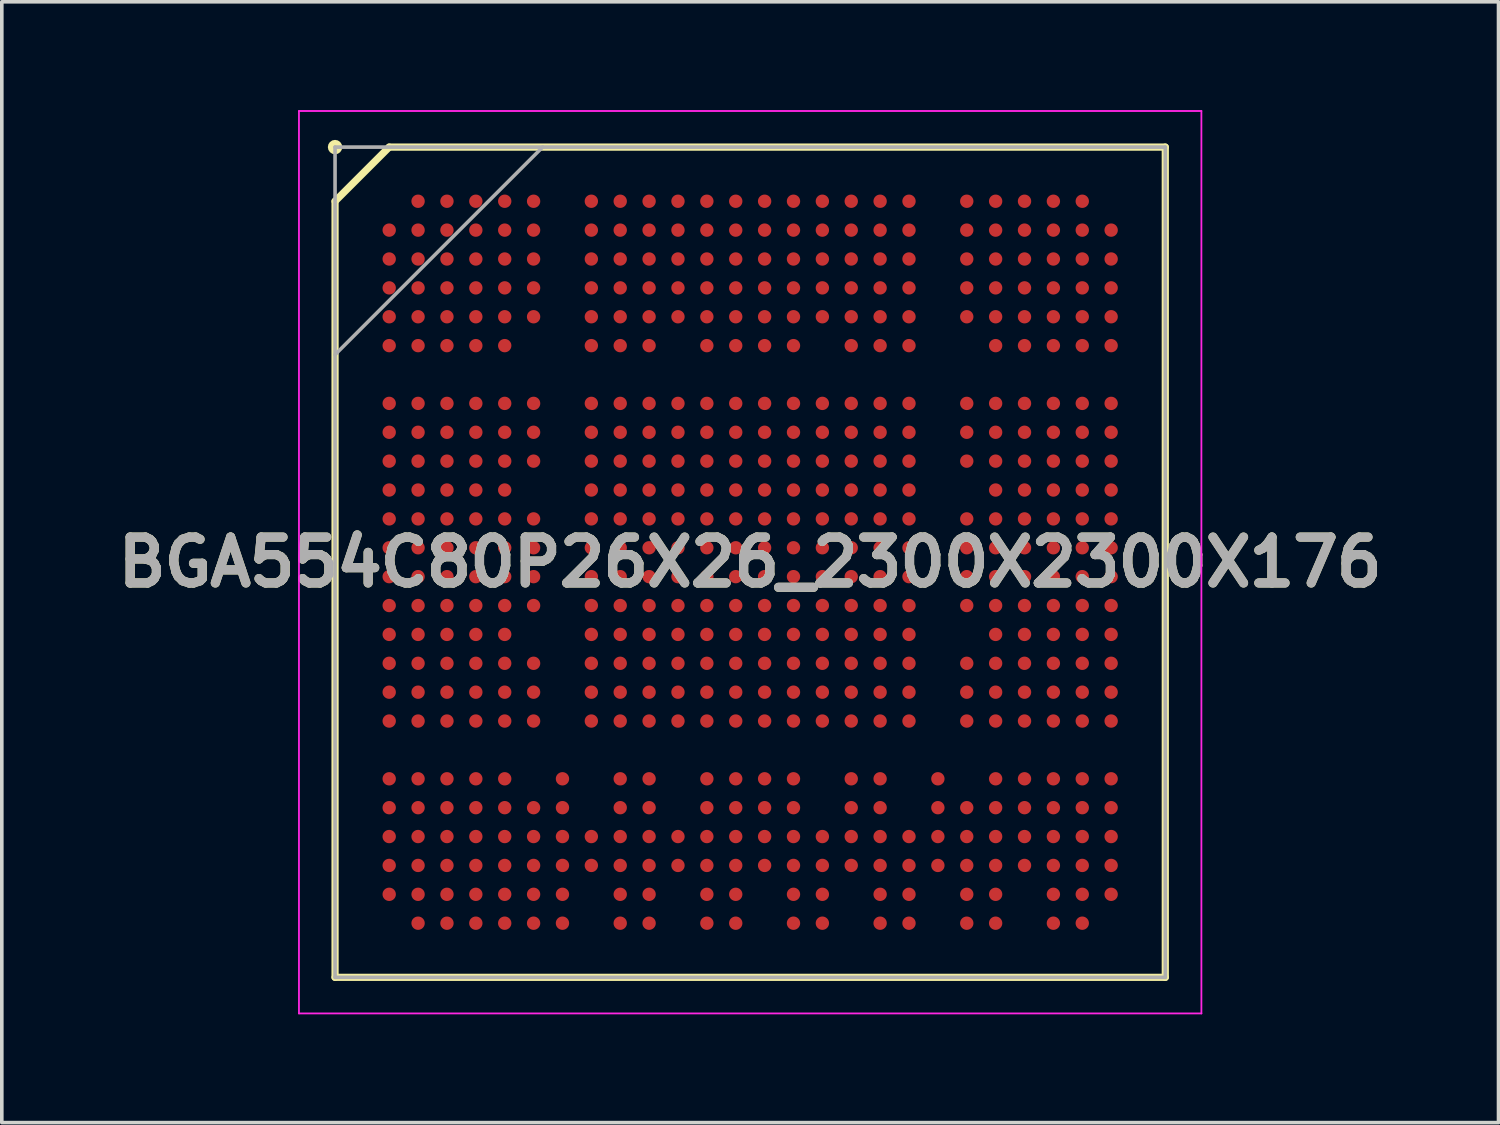
<source format=kicad_pcb>
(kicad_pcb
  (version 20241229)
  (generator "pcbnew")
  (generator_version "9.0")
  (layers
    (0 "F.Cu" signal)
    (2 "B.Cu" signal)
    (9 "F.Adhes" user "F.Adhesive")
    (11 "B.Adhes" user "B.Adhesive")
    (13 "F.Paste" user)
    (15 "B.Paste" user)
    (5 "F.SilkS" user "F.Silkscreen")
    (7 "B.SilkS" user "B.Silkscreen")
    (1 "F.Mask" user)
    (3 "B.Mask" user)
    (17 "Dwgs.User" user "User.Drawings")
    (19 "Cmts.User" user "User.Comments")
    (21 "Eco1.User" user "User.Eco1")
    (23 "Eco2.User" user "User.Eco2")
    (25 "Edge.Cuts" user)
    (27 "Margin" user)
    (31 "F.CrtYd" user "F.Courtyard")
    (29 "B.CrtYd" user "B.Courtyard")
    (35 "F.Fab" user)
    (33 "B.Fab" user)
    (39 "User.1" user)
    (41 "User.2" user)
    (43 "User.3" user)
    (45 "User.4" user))
  (footprint "BGA554C80P26X26_2300X2300X176"
    (layer "F.Cu")
    (at 17.732 12.525)
    (property "Reference" "BGA554C80P26X26_2300X2300X176" (at 0 0 0) (layer "F.SilkS") (effects (font (size 1.27 1.27) (thickness 0.254))))
    (attr smd)
    (fp_line (start -11.5 -10) (end -10 -11.5) (stroke (width 0.2) (type solid)) (layer "F.SilkS"))
    (fp_line (start -11.5 11.5) (end -11.5 -10) (stroke (width 0.2) (type solid)) (layer "F.SilkS"))
    (fp_line (start -10 -11.5) (end 11.5 -11.5) (stroke (width 0.2) (type solid)) (layer "F.SilkS"))
    (fp_line (start 11.5 -11.5) (end 11.5 11.5) (stroke (width 0.2) (type solid)) (layer "F.SilkS"))
    (fp_line (start 11.5 11.5) (end -11.5 11.5) (stroke (width 0.2) (type solid)) (layer "F.SilkS"))
    (fp_circle (center -11.5 -11.5) (end -11.5 -11.4) (stroke (width 0.2) (type solid)) (fill no) (layer "F.SilkS"))
    (fp_line (start -12.5 -12.5) (end 12.5 -12.5) (stroke (width 0.05) (type solid)) (layer "F.CrtYd"))
    (fp_line (start -12.5 12.5) (end -12.5 -12.5) (stroke (width 0.05) (type solid)) (layer "F.CrtYd"))
    (fp_line (start 12.5 -12.5) (end 12.5 12.5) (stroke (width 0.05) (type solid)) (layer "F.CrtYd"))
    (fp_line (start 12.5 12.5) (end -12.5 12.5) (stroke (width 0.05) (type solid)) (layer "F.CrtYd"))
    (fp_line (start -11.5 -11.5) (end 11.5 -11.5) (stroke (width 0.1) (type solid)) (layer "F.Fab"))
    (fp_line (start -11.5 -5.75) (end -5.75 -11.5) (stroke (width 0.1) (type solid)) (layer "F.Fab"))
    (fp_line (start -11.5 11.5) (end -11.5 -11.5) (stroke (width 0.1) (type solid)) (layer "F.Fab"))
    (fp_line (start 11.5 -11.5) (end 11.5 11.5) (stroke (width 0.1) (type solid)) (layer "F.Fab"))
    (fp_line (start 11.5 11.5) (end -11.5 11.5) (stroke (width 0.1) (type solid)) (layer "F.Fab"))
    (fp_text user "${REFERENCE}" (at 0 0 0) (layer "F.Fab") (effects (font (size 1.27 1.27) (thickness 0.254))))
    (pad "A2" smd circle (at -9.2 -10 90) (size 0.37 0.37) (layers "F.Cu" "F.Mask" "F.Paste"))
    (pad "A3" smd circle (at -8.4 -10 90) (size 0.37 0.37) (layers "F.Cu" "F.Mask" "F.Paste"))
    (pad "A4" smd circle (at -7.6 -10 90) (size 0.37 0.37) (layers "F.Cu" "F.Mask" "F.Paste"))
    (pad "A5" smd circle (at -6.8 -10 90) (size 0.37 0.37) (layers "F.Cu" "F.Mask" "F.Paste"))
    (pad "A6" smd circle (at -6 -10 90) (size 0.37 0.37) (layers "F.Cu" "F.Mask" "F.Paste"))
    (pad "A8" smd circle (at -4.4 -10 90) (size 0.37 0.37) (layers "F.Cu" "F.Mask" "F.Paste"))
    (pad "A9" smd circle (at -3.6 -10 90) (size 0.37 0.37) (layers "F.Cu" "F.Mask" "F.Paste"))
    (pad "A10" smd circle (at -2.8 -10 90) (size 0.37 0.37) (layers "F.Cu" "F.Mask" "F.Paste"))
    (pad "A11" smd circle (at -2 -10 90) (size 0.37 0.37) (layers "F.Cu" "F.Mask" "F.Paste"))
    (pad "A12" smd circle (at -1.2 -10 90) (size 0.37 0.37) (layers "F.Cu" "F.Mask" "F.Paste"))
    (pad "A13" smd circle (at -0.4 -10 90) (size 0.37 0.37) (layers "F.Cu" "F.Mask" "F.Paste"))
    (pad "A14" smd circle (at 0.4 -10 90) (size 0.37 0.37) (layers "F.Cu" "F.Mask" "F.Paste"))
    (pad "A15" smd circle (at 1.2 -10 90) (size 0.37 0.37) (layers "F.Cu" "F.Mask" "F.Paste"))
    (pad "A16" smd circle (at 2 -10 90) (size 0.37 0.37) (layers "F.Cu" "F.Mask" "F.Paste"))
    (pad "A17" smd circle (at 2.8 -10 90) (size 0.37 0.37) (layers "F.Cu" "F.Mask" "F.Paste"))
    (pad "A18" smd circle (at 3.6 -10 90) (size 0.37 0.37) (layers "F.Cu" "F.Mask" "F.Paste"))
    (pad "A19" smd circle (at 4.4 -10 90) (size 0.37 0.37) (layers "F.Cu" "F.Mask" "F.Paste"))
    (pad "A21" smd circle (at 6 -10 90) (size 0.37 0.37) (layers "F.Cu" "F.Mask" "F.Paste"))
    (pad "A22" smd circle (at 6.8 -10 90) (size 0.37 0.37) (layers "F.Cu" "F.Mask" "F.Paste"))
    (pad "A23" smd circle (at 7.6 -10 90) (size 0.37 0.37) (layers "F.Cu" "F.Mask" "F.Paste"))
    (pad "A24" smd circle (at 8.4 -10 90) (size 0.37 0.37) (layers "F.Cu" "F.Mask" "F.Paste"))
    (pad "A25" smd circle (at 9.2 -10 90) (size 0.37 0.37) (layers "F.Cu" "F.Mask" "F.Paste"))
    (pad "AA1" smd circle (at -10 6 90) (size 0.37 0.37) (layers "F.Cu" "F.Mask" "F.Paste"))
    (pad "AA2" smd circle (at -9.2 6 90) (size 0.37 0.37) (layers "F.Cu" "F.Mask" "F.Paste"))
    (pad "AA3" smd circle (at -8.4 6 90) (size 0.37 0.37) (layers "F.Cu" "F.Mask" "F.Paste"))
    (pad "AA4" smd circle (at -7.6 6 90) (size 0.37 0.37) (layers "F.Cu" "F.Mask" "F.Paste"))
    (pad "AA5" smd circle (at -6.8 6 90) (size 0.37 0.37) (layers "F.Cu" "F.Mask" "F.Paste"))
    (pad "AA7" smd circle (at -5.2 6 90) (size 0.37 0.37) (layers "F.Cu" "F.Mask" "F.Paste"))
    (pad "AA9" smd circle (at -3.6 6 90) (size 0.37 0.37) (layers "F.Cu" "F.Mask" "F.Paste"))
    (pad "AA10" smd circle (at -2.8 6 90) (size 0.37 0.37) (layers "F.Cu" "F.Mask" "F.Paste"))
    (pad "AA12" smd circle (at -1.2 6 90) (size 0.37 0.37) (layers "F.Cu" "F.Mask" "F.Paste"))
    (pad "AA13" smd circle (at -0.4 6 90) (size 0.37 0.37) (layers "F.Cu" "F.Mask" "F.Paste"))
    (pad "AA14" smd circle (at 0.4 6 90) (size 0.37 0.37) (layers "F.Cu" "F.Mask" "F.Paste"))
    (pad "AA15" smd circle (at 1.2 6 90) (size 0.37 0.37) (layers "F.Cu" "F.Mask" "F.Paste"))
    (pad "AA17" smd circle (at 2.8 6 90) (size 0.37 0.37) (layers "F.Cu" "F.Mask" "F.Paste"))
    (pad "AA18" smd circle (at 3.6 6 90) (size 0.37 0.37) (layers "F.Cu" "F.Mask" "F.Paste"))
    (pad "AA20" smd circle (at 5.2 6 90) (size 0.37 0.37) (layers "F.Cu" "F.Mask" "F.Paste"))
    (pad "AA22" smd circle (at 6.8 6 90) (size 0.37 0.37) (layers "F.Cu" "F.Mask" "F.Paste"))
    (pad "AA23" smd circle (at 7.6 6 90) (size 0.37 0.37) (layers "F.Cu" "F.Mask" "F.Paste"))
    (pad "AA24" smd circle (at 8.4 6 90) (size 0.37 0.37) (layers "F.Cu" "F.Mask" "F.Paste"))
    (pad "AA25" smd circle (at 9.2 6 90) (size 0.37 0.37) (layers "F.Cu" "F.Mask" "F.Paste"))
    (pad "AA26" smd circle (at 10 6 90) (size 0.37 0.37) (layers "F.Cu" "F.Mask" "F.Paste"))
    (pad "AB1" smd circle (at -10 6.8 90) (size 0.37 0.37) (layers "F.Cu" "F.Mask" "F.Paste"))
    (pad "AB2" smd circle (at -9.2 6.8 90) (size 0.37 0.37) (layers "F.Cu" "F.Mask" "F.Paste"))
    (pad "AB3" smd circle (at -8.4 6.8 90) (size 0.37 0.37) (layers "F.Cu" "F.Mask" "F.Paste"))
    (pad "AB4" smd circle (at -7.6 6.8 90) (size 0.37 0.37) (layers "F.Cu" "F.Mask" "F.Paste"))
    (pad "AB5" smd circle (at -6.8 6.8 90) (size 0.37 0.37) (layers "F.Cu" "F.Mask" "F.Paste"))
    (pad "AB6" smd circle (at -6 6.8 90) (size 0.37 0.37) (layers "F.Cu" "F.Mask" "F.Paste"))
    (pad "AB7" smd circle (at -5.2 6.8 90) (size 0.37 0.37) (layers "F.Cu" "F.Mask" "F.Paste"))
    (pad "AB9" smd circle (at -3.6 6.8 90) (size 0.37 0.37) (layers "F.Cu" "F.Mask" "F.Paste"))
    (pad "AB10" smd circle (at -2.8 6.8 90) (size 0.37 0.37) (layers "F.Cu" "F.Mask" "F.Paste"))
    (pad "AB12" smd circle (at -1.2 6.8 90) (size 0.37 0.37) (layers "F.Cu" "F.Mask" "F.Paste"))
    (pad "AB13" smd circle (at -0.4 6.8 90) (size 0.37 0.37) (layers "F.Cu" "F.Mask" "F.Paste"))
    (pad "AB14" smd circle (at 0.4 6.8 90) (size 0.37 0.37) (layers "F.Cu" "F.Mask" "F.Paste"))
    (pad "AB15" smd circle (at 1.2 6.8 90) (size 0.37 0.37) (layers "F.Cu" "F.Mask" "F.Paste"))
    (pad "AB17" smd circle (at 2.8 6.8 90) (size 0.37 0.37) (layers "F.Cu" "F.Mask" "F.Paste"))
    (pad "AB18" smd circle (at 3.6 6.8 90) (size 0.37 0.37) (layers "F.Cu" "F.Mask" "F.Paste"))
    (pad "AB20" smd circle (at 5.2 6.8 90) (size 0.37 0.37) (layers "F.Cu" "F.Mask" "F.Paste"))
    (pad "AB21" smd circle (at 6 6.8 90) (size 0.37 0.37) (layers "F.Cu" "F.Mask" "F.Paste"))
    (pad "AB22" smd circle (at 6.8 6.8 90) (size 0.37 0.37) (layers "F.Cu" "F.Mask" "F.Paste"))
    (pad "AB23" smd circle (at 7.6 6.8 90) (size 0.37 0.37) (layers "F.Cu" "F.Mask" "F.Paste"))
    (pad "AB24" smd circle (at 8.4 6.8 90) (size 0.37 0.37) (layers "F.Cu" "F.Mask" "F.Paste"))
    (pad "AB25" smd circle (at 9.2 6.8 90) (size 0.37 0.37) (layers "F.Cu" "F.Mask" "F.Paste"))
    (pad "AB26" smd circle (at 10 6.8 90) (size 0.37 0.37) (layers "F.Cu" "F.Mask" "F.Paste"))
    (pad "AC1" smd circle (at -10 7.6 90) (size 0.37 0.37) (layers "F.Cu" "F.Mask" "F.Paste"))
    (pad "AC2" smd circle (at -9.2 7.6 90) (size 0.37 0.37) (layers "F.Cu" "F.Mask" "F.Paste"))
    (pad "AC3" smd circle (at -8.4 7.6 90) (size 0.37 0.37) (layers "F.Cu" "F.Mask" "F.Paste"))
    (pad "AC4" smd circle (at -7.6 7.6 90) (size 0.37 0.37) (layers "F.Cu" "F.Mask" "F.Paste"))
    (pad "AC5" smd circle (at -6.8 7.6 90) (size 0.37 0.37) (layers "F.Cu" "F.Mask" "F.Paste"))
    (pad "AC6" smd circle (at -6 7.6 90) (size 0.37 0.37) (layers "F.Cu" "F.Mask" "F.Paste"))
    (pad "AC7" smd circle (at -5.2 7.6 90) (size 0.37 0.37) (layers "F.Cu" "F.Mask" "F.Paste"))
    (pad "AC8" smd circle (at -4.4 7.6 90) (size 0.37 0.37) (layers "F.Cu" "F.Mask" "F.Paste"))
    (pad "AC9" smd circle (at -3.6 7.6 90) (size 0.37 0.37) (layers "F.Cu" "F.Mask" "F.Paste"))
    (pad "AC10" smd circle (at -2.8 7.6 90) (size 0.37 0.37) (layers "F.Cu" "F.Mask" "F.Paste"))
    (pad "AC11" smd circle (at -2 7.6 90) (size 0.37 0.37) (layers "F.Cu" "F.Mask" "F.Paste"))
    (pad "AC12" smd circle (at -1.2 7.6 90) (size 0.37 0.37) (layers "F.Cu" "F.Mask" "F.Paste"))
    (pad "AC13" smd circle (at -0.4 7.6 90) (size 0.37 0.37) (layers "F.Cu" "F.Mask" "F.Paste"))
    (pad "AC14" smd circle (at 0.4 7.6 90) (size 0.37 0.37) (layers "F.Cu" "F.Mask" "F.Paste"))
    (pad "AC15" smd circle (at 1.2 7.6 90) (size 0.37 0.37) (layers "F.Cu" "F.Mask" "F.Paste"))
    (pad "AC16" smd circle (at 2 7.6 90) (size 0.37 0.37) (layers "F.Cu" "F.Mask" "F.Paste"))
    (pad "AC17" smd circle (at 2.8 7.6 90) (size 0.37 0.37) (layers "F.Cu" "F.Mask" "F.Paste"))
    (pad "AC18" smd circle (at 3.6 7.6 90) (size 0.37 0.37) (layers "F.Cu" "F.Mask" "F.Paste"))
    (pad "AC19" smd circle (at 4.4 7.6 90) (size 0.37 0.37) (layers "F.Cu" "F.Mask" "F.Paste"))
    (pad "AC20" smd circle (at 5.2 7.6 90) (size 0.37 0.37) (layers "F.Cu" "F.Mask" "F.Paste"))
    (pad "AC21" smd circle (at 6 7.6 90) (size 0.37 0.37) (layers "F.Cu" "F.Mask" "F.Paste"))
    (pad "AC22" smd circle (at 6.8 7.6 90) (size 0.37 0.37) (layers "F.Cu" "F.Mask" "F.Paste"))
    (pad "AC23" smd circle (at 7.6 7.6 90) (size 0.37 0.37) (layers "F.Cu" "F.Mask" "F.Paste"))
    (pad "AC24" smd circle (at 8.4 7.6 90) (size 0.37 0.37) (layers "F.Cu" "F.Mask" "F.Paste"))
    (pad "AC25" smd circle (at 9.2 7.6 90) (size 0.37 0.37) (layers "F.Cu" "F.Mask" "F.Paste"))
    (pad "AC26" smd circle (at 10 7.6 90) (size 0.37 0.37) (layers "F.Cu" "F.Mask" "F.Paste"))
    (pad "AD1" smd circle (at -10 8.4 90) (size 0.37 0.37) (layers "F.Cu" "F.Mask" "F.Paste"))
    (pad "AD2" smd circle (at -9.2 8.4 90) (size 0.37 0.37) (layers "F.Cu" "F.Mask" "F.Paste"))
    (pad "AD3" smd circle (at -8.4 8.4 90) (size 0.37 0.37) (layers "F.Cu" "F.Mask" "F.Paste"))
    (pad "AD4" smd circle (at -7.6 8.4 90) (size 0.37 0.37) (layers "F.Cu" "F.Mask" "F.Paste"))
    (pad "AD5" smd circle (at -6.8 8.4 90) (size 0.37 0.37) (layers "F.Cu" "F.Mask" "F.Paste"))
    (pad "AD6" smd circle (at -6 8.4 90) (size 0.37 0.37) (layers "F.Cu" "F.Mask" "F.Paste"))
    (pad "AD7" smd circle (at -5.2 8.4 90) (size 0.37 0.37) (layers "F.Cu" "F.Mask" "F.Paste"))
    (pad "AD8" smd circle (at -4.4 8.4 90) (size 0.37 0.37) (layers "F.Cu" "F.Mask" "F.Paste"))
    (pad "AD9" smd circle (at -3.6 8.4 90) (size 0.37 0.37) (layers "F.Cu" "F.Mask" "F.Paste"))
    (pad "AD10" smd circle (at -2.8 8.4 90) (size 0.37 0.37) (layers "F.Cu" "F.Mask" "F.Paste"))
    (pad "AD11" smd circle (at -2 8.4 90) (size 0.37 0.37) (layers "F.Cu" "F.Mask" "F.Paste"))
    (pad "AD12" smd circle (at -1.2 8.4 90) (size 0.37 0.37) (layers "F.Cu" "F.Mask" "F.Paste"))
    (pad "AD13" smd circle (at -0.4 8.4 90) (size 0.37 0.37) (layers "F.Cu" "F.Mask" "F.Paste"))
    (pad "AD14" smd circle (at 0.4 8.4 90) (size 0.37 0.37) (layers "F.Cu" "F.Mask" "F.Paste"))
    (pad "AD15" smd circle (at 1.2 8.4 90) (size 0.37 0.37) (layers "F.Cu" "F.Mask" "F.Paste"))
    (pad "AD16" smd circle (at 2 8.4 90) (size 0.37 0.37) (layers "F.Cu" "F.Mask" "F.Paste"))
    (pad "AD17" smd circle (at 2.8 8.4 90) (size 0.37 0.37) (layers "F.Cu" "F.Mask" "F.Paste"))
    (pad "AD18" smd circle (at 3.6 8.4 90) (size 0.37 0.37) (layers "F.Cu" "F.Mask" "F.Paste"))
    (pad "AD19" smd circle (at 4.4 8.4 90) (size 0.37 0.37) (layers "F.Cu" "F.Mask" "F.Paste"))
    (pad "AD20" smd circle (at 5.2 8.4 90) (size 0.37 0.37) (layers "F.Cu" "F.Mask" "F.Paste"))
    (pad "AD21" smd circle (at 6 8.4 90) (size 0.37 0.37) (layers "F.Cu" "F.Mask" "F.Paste"))
    (pad "AD22" smd circle (at 6.8 8.4 90) (size 0.37 0.37) (layers "F.Cu" "F.Mask" "F.Paste"))
    (pad "AD23" smd circle (at 7.6 8.4 90) (size 0.37 0.37) (layers "F.Cu" "F.Mask" "F.Paste"))
    (pad "AD24" smd circle (at 8.4 8.4 90) (size 0.37 0.37) (layers "F.Cu" "F.Mask" "F.Paste"))
    (pad "AD25" smd circle (at 9.2 8.4 90) (size 0.37 0.37) (layers "F.Cu" "F.Mask" "F.Paste"))
    (pad "AD26" smd circle (at 10 8.4 90) (size 0.37 0.37) (layers "F.Cu" "F.Mask" "F.Paste"))
    (pad "AE1" smd circle (at -10 9.2 90) (size 0.37 0.37) (layers "F.Cu" "F.Mask" "F.Paste"))
    (pad "AE2" smd circle (at -9.2 9.2 90) (size 0.37 0.37) (layers "F.Cu" "F.Mask" "F.Paste"))
    (pad "AE3" smd circle (at -8.4 9.2 90) (size 0.37 0.37) (layers "F.Cu" "F.Mask" "F.Paste"))
    (pad "AE4" smd circle (at -7.6 9.2 90) (size 0.37 0.37) (layers "F.Cu" "F.Mask" "F.Paste"))
    (pad "AE5" smd circle (at -6.8 9.2 90) (size 0.37 0.37) (layers "F.Cu" "F.Mask" "F.Paste"))
    (pad "AE6" smd circle (at -6 9.2 90) (size 0.37 0.37) (layers "F.Cu" "F.Mask" "F.Paste"))
    (pad "AE7" smd circle (at -5.2 9.2 90) (size 0.37 0.37) (layers "F.Cu" "F.Mask" "F.Paste"))
    (pad "AE9" smd circle (at -3.6 9.2 90) (size 0.37 0.37) (layers "F.Cu" "F.Mask" "F.Paste"))
    (pad "AE10" smd circle (at -2.8 9.2 90) (size 0.37 0.37) (layers "F.Cu" "F.Mask" "F.Paste"))
    (pad "AE12" smd circle (at -1.2 9.2 90) (size 0.37 0.37) (layers "F.Cu" "F.Mask" "F.Paste"))
    (pad "AE13" smd circle (at -0.4 9.2 90) (size 0.37 0.37) (layers "F.Cu" "F.Mask" "F.Paste"))
    (pad "AE15" smd circle (at 1.2 9.2 90) (size 0.37 0.37) (layers "F.Cu" "F.Mask" "F.Paste"))
    (pad "AE16" smd circle (at 2 9.2 90) (size 0.37 0.37) (layers "F.Cu" "F.Mask" "F.Paste"))
    (pad "AE18" smd circle (at 3.6 9.2 90) (size 0.37 0.37) (layers "F.Cu" "F.Mask" "F.Paste"))
    (pad "AE19" smd circle (at 4.4 9.2 90) (size 0.37 0.37) (layers "F.Cu" "F.Mask" "F.Paste"))
    (pad "AE21" smd circle (at 6 9.2 90) (size 0.37 0.37) (layers "F.Cu" "F.Mask" "F.Paste"))
    (pad "AE22" smd circle (at 6.8 9.2 90) (size 0.37 0.37) (layers "F.Cu" "F.Mask" "F.Paste"))
    (pad "AE24" smd circle (at 8.4 9.2 90) (size 0.37 0.37) (layers "F.Cu" "F.Mask" "F.Paste"))
    (pad "AE25" smd circle (at 9.2 9.2 90) (size 0.37 0.37) (layers "F.Cu" "F.Mask" "F.Paste"))
    (pad "AE26" smd circle (at 10 9.2 90) (size 0.37 0.37) (layers "F.Cu" "F.Mask" "F.Paste"))
    (pad "AF2" smd circle (at -9.2 10 90) (size 0.37 0.37) (layers "F.Cu" "F.Mask" "F.Paste"))
    (pad "AF3" smd circle (at -8.4 10 90) (size 0.37 0.37) (layers "F.Cu" "F.Mask" "F.Paste"))
    (pad "AF4" smd circle (at -7.6 10 90) (size 0.37 0.37) (layers "F.Cu" "F.Mask" "F.Paste"))
    (pad "AF5" smd circle (at -6.8 10 90) (size 0.37 0.37) (layers "F.Cu" "F.Mask" "F.Paste"))
    (pad "AF6" smd circle (at -6 10 90) (size 0.37 0.37) (layers "F.Cu" "F.Mask" "F.Paste"))
    (pad "AF7" smd circle (at -5.2 10 90) (size 0.37 0.37) (layers "F.Cu" "F.Mask" "F.Paste"))
    (pad "AF9" smd circle (at -3.6 10 90) (size 0.37 0.37) (layers "F.Cu" "F.Mask" "F.Paste"))
    (pad "AF10" smd circle (at -2.8 10 90) (size 0.37 0.37) (layers "F.Cu" "F.Mask" "F.Paste"))
    (pad "AF12" smd circle (at -1.2 10 90) (size 0.37 0.37) (layers "F.Cu" "F.Mask" "F.Paste"))
    (pad "AF13" smd circle (at -0.4 10 90) (size 0.37 0.37) (layers "F.Cu" "F.Mask" "F.Paste"))
    (pad "AF15" smd circle (at 1.2 10 90) (size 0.37 0.37) (layers "F.Cu" "F.Mask" "F.Paste"))
    (pad "AF16" smd circle (at 2 10 90) (size 0.37 0.37) (layers "F.Cu" "F.Mask" "F.Paste"))
    (pad "AF18" smd circle (at 3.6 10 90) (size 0.37 0.37) (layers "F.Cu" "F.Mask" "F.Paste"))
    (pad "AF19" smd circle (at 4.4 10 90) (size 0.37 0.37) (layers "F.Cu" "F.Mask" "F.Paste"))
    (pad "AF21" smd circle (at 6 10 90) (size 0.37 0.37) (layers "F.Cu" "F.Mask" "F.Paste"))
    (pad "AF22" smd circle (at 6.8 10 90) (size 0.37 0.37) (layers "F.Cu" "F.Mask" "F.Paste"))
    (pad "AF24" smd circle (at 8.4 10 90) (size 0.37 0.37) (layers "F.Cu" "F.Mask" "F.Paste"))
    (pad "AF25" smd circle (at 9.2 10 90) (size 0.37 0.37) (layers "F.Cu" "F.Mask" "F.Paste"))
    (pad "B1" smd circle (at -10 -9.2 90) (size 0.37 0.37) (layers "F.Cu" "F.Mask" "F.Paste"))
    (pad "B2" smd circle (at -9.2 -9.2 90) (size 0.37 0.37) (layers "F.Cu" "F.Mask" "F.Paste"))
    (pad "B3" smd circle (at -8.4 -9.2 90) (size 0.37 0.37) (layers "F.Cu" "F.Mask" "F.Paste"))
    (pad "B4" smd circle (at -7.6 -9.2 90) (size 0.37 0.37) (layers "F.Cu" "F.Mask" "F.Paste"))
    (pad "B5" smd circle (at -6.8 -9.2 90) (size 0.37 0.37) (layers "F.Cu" "F.Mask" "F.Paste"))
    (pad "B6" smd circle (at -6 -9.2 90) (size 0.37 0.37) (layers "F.Cu" "F.Mask" "F.Paste"))
    (pad "B8" smd circle (at -4.4 -9.2 90) (size 0.37 0.37) (layers "F.Cu" "F.Mask" "F.Paste"))
    (pad "B9" smd circle (at -3.6 -9.2 90) (size 0.37 0.37) (layers "F.Cu" "F.Mask" "F.Paste"))
    (pad "B10" smd circle (at -2.8 -9.2 90) (size 0.37 0.37) (layers "F.Cu" "F.Mask" "F.Paste"))
    (pad "B11" smd circle (at -2 -9.2 90) (size 0.37 0.37) (layers "F.Cu" "F.Mask" "F.Paste"))
    (pad "B12" smd circle (at -1.2 -9.2 90) (size 0.37 0.37) (layers "F.Cu" "F.Mask" "F.Paste"))
    (pad "B13" smd circle (at -0.4 -9.2 90) (size 0.37 0.37) (layers "F.Cu" "F.Mask" "F.Paste"))
    (pad "B14" smd circle (at 0.4 -9.2 90) (size 0.37 0.37) (layers "F.Cu" "F.Mask" "F.Paste"))
    (pad "B15" smd circle (at 1.2 -9.2 90) (size 0.37 0.37) (layers "F.Cu" "F.Mask" "F.Paste"))
    (pad "B16" smd circle (at 2 -9.2 90) (size 0.37 0.37) (layers "F.Cu" "F.Mask" "F.Paste"))
    (pad "B17" smd circle (at 2.8 -9.2 90) (size 0.37 0.37) (layers "F.Cu" "F.Mask" "F.Paste"))
    (pad "B18" smd circle (at 3.6 -9.2 90) (size 0.37 0.37) (layers "F.Cu" "F.Mask" "F.Paste"))
    (pad "B19" smd circle (at 4.4 -9.2 90) (size 0.37 0.37) (layers "F.Cu" "F.Mask" "F.Paste"))
    (pad "B21" smd circle (at 6 -9.2 90) (size 0.37 0.37) (layers "F.Cu" "F.Mask" "F.Paste"))
    (pad "B22" smd circle (at 6.8 -9.2 90) (size 0.37 0.37) (layers "F.Cu" "F.Mask" "F.Paste"))
    (pad "B23" smd circle (at 7.6 -9.2 90) (size 0.37 0.37) (layers "F.Cu" "F.Mask" "F.Paste"))
    (pad "B24" smd circle (at 8.4 -9.2 90) (size 0.37 0.37) (layers "F.Cu" "F.Mask" "F.Paste"))
    (pad "B25" smd circle (at 9.2 -9.2 90) (size 0.37 0.37) (layers "F.Cu" "F.Mask" "F.Paste"))
    (pad "B26" smd circle (at 10 -9.2 90) (size 0.37 0.37) (layers "F.Cu" "F.Mask" "F.Paste"))
    (pad "C1" smd circle (at -10 -8.4 90) (size 0.37 0.37) (layers "F.Cu" "F.Mask" "F.Paste"))
    (pad "C2" smd circle (at -9.2 -8.4 90) (size 0.37 0.37) (layers "F.Cu" "F.Mask" "F.Paste"))
    (pad "C3" smd circle (at -8.4 -8.4 90) (size 0.37 0.37) (layers "F.Cu" "F.Mask" "F.Paste"))
    (pad "C4" smd circle (at -7.6 -8.4 90) (size 0.37 0.37) (layers "F.Cu" "F.Mask" "F.Paste"))
    (pad "C5" smd circle (at -6.8 -8.4 90) (size 0.37 0.37) (layers "F.Cu" "F.Mask" "F.Paste"))
    (pad "C6" smd circle (at -6 -8.4 90) (size 0.37 0.37) (layers "F.Cu" "F.Mask" "F.Paste"))
    (pad "C8" smd circle (at -4.4 -8.4 90) (size 0.37 0.37) (layers "F.Cu" "F.Mask" "F.Paste"))
    (pad "C9" smd circle (at -3.6 -8.4 90) (size 0.37 0.37) (layers "F.Cu" "F.Mask" "F.Paste"))
    (pad "C10" smd circle (at -2.8 -8.4 90) (size 0.37 0.37) (layers "F.Cu" "F.Mask" "F.Paste"))
    (pad "C11" smd circle (at -2 -8.4 90) (size 0.37 0.37) (layers "F.Cu" "F.Mask" "F.Paste"))
    (pad "C12" smd circle (at -1.2 -8.4 90) (size 0.37 0.37) (layers "F.Cu" "F.Mask" "F.Paste"))
    (pad "C13" smd circle (at -0.4 -8.4 90) (size 0.37 0.37) (layers "F.Cu" "F.Mask" "F.Paste"))
    (pad "C14" smd circle (at 0.4 -8.4 90) (size 0.37 0.37) (layers "F.Cu" "F.Mask" "F.Paste"))
    (pad "C15" smd circle (at 1.2 -8.4 90) (size 0.37 0.37) (layers "F.Cu" "F.Mask" "F.Paste"))
    (pad "C16" smd circle (at 2 -8.4 90) (size 0.37 0.37) (layers "F.Cu" "F.Mask" "F.Paste"))
    (pad "C17" smd circle (at 2.8 -8.4 90) (size 0.37 0.37) (layers "F.Cu" "F.Mask" "F.Paste"))
    (pad "C18" smd circle (at 3.6 -8.4 90) (size 0.37 0.37) (layers "F.Cu" "F.Mask" "F.Paste"))
    (pad "C19" smd circle (at 4.4 -8.4 90) (size 0.37 0.37) (layers "F.Cu" "F.Mask" "F.Paste"))
    (pad "C21" smd circle (at 6 -8.4 90) (size 0.37 0.37) (layers "F.Cu" "F.Mask" "F.Paste"))
    (pad "C22" smd circle (at 6.8 -8.4 90) (size 0.37 0.37) (layers "F.Cu" "F.Mask" "F.Paste"))
    (pad "C23" smd circle (at 7.6 -8.4 90) (size 0.37 0.37) (layers "F.Cu" "F.Mask" "F.Paste"))
    (pad "C24" smd circle (at 8.4 -8.4 90) (size 0.37 0.37) (layers "F.Cu" "F.Mask" "F.Paste"))
    (pad "C25" smd circle (at 9.2 -8.4 90) (size 0.37 0.37) (layers "F.Cu" "F.Mask" "F.Paste"))
    (pad "C26" smd circle (at 10 -8.4 90) (size 0.37 0.37) (layers "F.Cu" "F.Mask" "F.Paste"))
    (pad "D1" smd circle (at -10 -7.6 90) (size 0.37 0.37) (layers "F.Cu" "F.Mask" "F.Paste"))
    (pad "D2" smd circle (at -9.2 -7.6 90) (size 0.37 0.37) (layers "F.Cu" "F.Mask" "F.Paste"))
    (pad "D3" smd circle (at -8.4 -7.6 90) (size 0.37 0.37) (layers "F.Cu" "F.Mask" "F.Paste"))
    (pad "D4" smd circle (at -7.6 -7.6 90) (size 0.37 0.37) (layers "F.Cu" "F.Mask" "F.Paste"))
    (pad "D5" smd circle (at -6.8 -7.6 90) (size 0.37 0.37) (layers "F.Cu" "F.Mask" "F.Paste"))
    (pad "D6" smd circle (at -6 -7.6 90) (size 0.37 0.37) (layers "F.Cu" "F.Mask" "F.Paste"))
    (pad "D8" smd circle (at -4.4 -7.6 90) (size 0.37 0.37) (layers "F.Cu" "F.Mask" "F.Paste"))
    (pad "D9" smd circle (at -3.6 -7.6 90) (size 0.37 0.37) (layers "F.Cu" "F.Mask" "F.Paste"))
    (pad "D10" smd circle (at -2.8 -7.6 90) (size 0.37 0.37) (layers "F.Cu" "F.Mask" "F.Paste"))
    (pad "D11" smd circle (at -2 -7.6 90) (size 0.37 0.37) (layers "F.Cu" "F.Mask" "F.Paste"))
    (pad "D12" smd circle (at -1.2 -7.6 90) (size 0.37 0.37) (layers "F.Cu" "F.Mask" "F.Paste"))
    (pad "D13" smd circle (at -0.4 -7.6 90) (size 0.37 0.37) (layers "F.Cu" "F.Mask" "F.Paste"))
    (pad "D14" smd circle (at 0.4 -7.6 90) (size 0.37 0.37) (layers "F.Cu" "F.Mask" "F.Paste"))
    (pad "D15" smd circle (at 1.2 -7.6 90) (size 0.37 0.37) (layers "F.Cu" "F.Mask" "F.Paste"))
    (pad "D16" smd circle (at 2 -7.6 90) (size 0.37 0.37) (layers "F.Cu" "F.Mask" "F.Paste"))
    (pad "D17" smd circle (at 2.8 -7.6 90) (size 0.37 0.37) (layers "F.Cu" "F.Mask" "F.Paste"))
    (pad "D18" smd circle (at 3.6 -7.6 90) (size 0.37 0.37) (layers "F.Cu" "F.Mask" "F.Paste"))
    (pad "D19" smd circle (at 4.4 -7.6 90) (size 0.37 0.37) (layers "F.Cu" "F.Mask" "F.Paste"))
    (pad "D21" smd circle (at 6 -7.6 90) (size 0.37 0.37) (layers "F.Cu" "F.Mask" "F.Paste"))
    (pad "D22" smd circle (at 6.8 -7.6 90) (size 0.37 0.37) (layers "F.Cu" "F.Mask" "F.Paste"))
    (pad "D23" smd circle (at 7.6 -7.6 90) (size 0.37 0.37) (layers "F.Cu" "F.Mask" "F.Paste"))
    (pad "D24" smd circle (at 8.4 -7.6 90) (size 0.37 0.37) (layers "F.Cu" "F.Mask" "F.Paste"))
    (pad "D25" smd circle (at 9.2 -7.6 90) (size 0.37 0.37) (layers "F.Cu" "F.Mask" "F.Paste"))
    (pad "D26" smd circle (at 10 -7.6 90) (size 0.37 0.37) (layers "F.Cu" "F.Mask" "F.Paste"))
    (pad "E1" smd circle (at -10 -6.8 90) (size 0.37 0.37) (layers "F.Cu" "F.Mask" "F.Paste"))
    (pad "E2" smd circle (at -9.2 -6.8 90) (size 0.37 0.37) (layers "F.Cu" "F.Mask" "F.Paste"))
    (pad "E3" smd circle (at -8.4 -6.8 90) (size 0.37 0.37) (layers "F.Cu" "F.Mask" "F.Paste"))
    (pad "E4" smd circle (at -7.6 -6.8 90) (size 0.37 0.37) (layers "F.Cu" "F.Mask" "F.Paste"))
    (pad "E5" smd circle (at -6.8 -6.8 90) (size 0.37 0.37) (layers "F.Cu" "F.Mask" "F.Paste"))
    (pad "E6" smd circle (at -6 -6.8 90) (size 0.37 0.37) (layers "F.Cu" "F.Mask" "F.Paste"))
    (pad "E8" smd circle (at -4.4 -6.8 90) (size 0.37 0.37) (layers "F.Cu" "F.Mask" "F.Paste"))
    (pad "E9" smd circle (at -3.6 -6.8 90) (size 0.37 0.37) (layers "F.Cu" "F.Mask" "F.Paste"))
    (pad "E10" smd circle (at -2.8 -6.8 90) (size 0.37 0.37) (layers "F.Cu" "F.Mask" "F.Paste"))
    (pad "E11" smd circle (at -2 -6.8 90) (size 0.37 0.37) (layers "F.Cu" "F.Mask" "F.Paste"))
    (pad "E12" smd circle (at -1.2 -6.8 90) (size 0.37 0.37) (layers "F.Cu" "F.Mask" "F.Paste"))
    (pad "E13" smd circle (at -0.4 -6.8 90) (size 0.37 0.37) (layers "F.Cu" "F.Mask" "F.Paste"))
    (pad "E14" smd circle (at 0.4 -6.8 90) (size 0.37 0.37) (layers "F.Cu" "F.Mask" "F.Paste"))
    (pad "E15" smd circle (at 1.2 -6.8 90) (size 0.37 0.37) (layers "F.Cu" "F.Mask" "F.Paste"))
    (pad "E16" smd circle (at 2 -6.8 90) (size 0.37 0.37) (layers "F.Cu" "F.Mask" "F.Paste"))
    (pad "E17" smd circle (at 2.8 -6.8 90) (size 0.37 0.37) (layers "F.Cu" "F.Mask" "F.Paste"))
    (pad "E18" smd circle (at 3.6 -6.8 90) (size 0.37 0.37) (layers "F.Cu" "F.Mask" "F.Paste"))
    (pad "E19" smd circle (at 4.4 -6.8 90) (size 0.37 0.37) (layers "F.Cu" "F.Mask" "F.Paste"))
    (pad "E21" smd circle (at 6 -6.8 90) (size 0.37 0.37) (layers "F.Cu" "F.Mask" "F.Paste"))
    (pad "E22" smd circle (at 6.8 -6.8 90) (size 0.37 0.37) (layers "F.Cu" "F.Mask" "F.Paste"))
    (pad "E23" smd circle (at 7.6 -6.8 90) (size 0.37 0.37) (layers "F.Cu" "F.Mask" "F.Paste"))
    (pad "E24" smd circle (at 8.4 -6.8 90) (size 0.37 0.37) (layers "F.Cu" "F.Mask" "F.Paste"))
    (pad "E25" smd circle (at 9.2 -6.8 90) (size 0.37 0.37) (layers "F.Cu" "F.Mask" "F.Paste"))
    (pad "E26" smd circle (at 10 -6.8 90) (size 0.37 0.37) (layers "F.Cu" "F.Mask" "F.Paste"))
    (pad "F1" smd circle (at -10 -6 90) (size 0.37 0.37) (layers "F.Cu" "F.Mask" "F.Paste"))
    (pad "F2" smd circle (at -9.2 -6 90) (size 0.37 0.37) (layers "F.Cu" "F.Mask" "F.Paste"))
    (pad "F3" smd circle (at -8.4 -6 90) (size 0.37 0.37) (layers "F.Cu" "F.Mask" "F.Paste"))
    (pad "F4" smd circle (at -7.6 -6 90) (size 0.37 0.37) (layers "F.Cu" "F.Mask" "F.Paste"))
    (pad "F5" smd circle (at -6.8 -6 90) (size 0.37 0.37) (layers "F.Cu" "F.Mask" "F.Paste"))
    (pad "F8" smd circle (at -4.4 -6 90) (size 0.37 0.37) (layers "F.Cu" "F.Mask" "F.Paste"))
    (pad "F9" smd circle (at -3.6 -6 90) (size 0.37 0.37) (layers "F.Cu" "F.Mask" "F.Paste"))
    (pad "F10" smd circle (at -2.8 -6 90) (size 0.37 0.37) (layers "F.Cu" "F.Mask" "F.Paste"))
    (pad "F12" smd circle (at -1.2 -6 90) (size 0.37 0.37) (layers "F.Cu" "F.Mask" "F.Paste"))
    (pad "F13" smd circle (at -0.4 -6 90) (size 0.37 0.37) (layers "F.Cu" "F.Mask" "F.Paste"))
    (pad "F14" smd circle (at 0.4 -6 90) (size 0.37 0.37) (layers "F.Cu" "F.Mask" "F.Paste"))
    (pad "F15" smd circle (at 1.2 -6 90) (size 0.37 0.37) (layers "F.Cu" "F.Mask" "F.Paste"))
    (pad "F17" smd circle (at 2.8 -6 90) (size 0.37 0.37) (layers "F.Cu" "F.Mask" "F.Paste"))
    (pad "F18" smd circle (at 3.6 -6 90) (size 0.37 0.37) (layers "F.Cu" "F.Mask" "F.Paste"))
    (pad "F19" smd circle (at 4.4 -6 90) (size 0.37 0.37) (layers "F.Cu" "F.Mask" "F.Paste"))
    (pad "F22" smd circle (at 6.8 -6 90) (size 0.37 0.37) (layers "F.Cu" "F.Mask" "F.Paste"))
    (pad "F23" smd circle (at 7.6 -6 90) (size 0.37 0.37) (layers "F.Cu" "F.Mask" "F.Paste"))
    (pad "F24" smd circle (at 8.4 -6 90) (size 0.37 0.37) (layers "F.Cu" "F.Mask" "F.Paste"))
    (pad "F25" smd circle (at 9.2 -6 90) (size 0.37 0.37) (layers "F.Cu" "F.Mask" "F.Paste"))
    (pad "F26" smd circle (at 10 -6 90) (size 0.37 0.37) (layers "F.Cu" "F.Mask" "F.Paste"))
    (pad "H1" smd circle (at -10 -4.4 90) (size 0.37 0.37) (layers "F.Cu" "F.Mask" "F.Paste"))
    (pad "H2" smd circle (at -9.2 -4.4 90) (size 0.37 0.37) (layers "F.Cu" "F.Mask" "F.Paste"))
    (pad "H3" smd circle (at -8.4 -4.4 90) (size 0.37 0.37) (layers "F.Cu" "F.Mask" "F.Paste"))
    (pad "H4" smd circle (at -7.6 -4.4 90) (size 0.37 0.37) (layers "F.Cu" "F.Mask" "F.Paste"))
    (pad "H5" smd circle (at -6.8 -4.4 90) (size 0.37 0.37) (layers "F.Cu" "F.Mask" "F.Paste"))
    (pad "H6" smd circle (at -6 -4.4 90) (size 0.37 0.37) (layers "F.Cu" "F.Mask" "F.Paste"))
    (pad "H8" smd circle (at -4.4 -4.4 90) (size 0.37 0.37) (layers "F.Cu" "F.Mask" "F.Paste"))
    (pad "H9" smd circle (at -3.6 -4.4 90) (size 0.37 0.37) (layers "F.Cu" "F.Mask" "F.Paste"))
    (pad "H10" smd circle (at -2.8 -4.4 90) (size 0.37 0.37) (layers "F.Cu" "F.Mask" "F.Paste"))
    (pad "H11" smd circle (at -2 -4.4 90) (size 0.37 0.37) (layers "F.Cu" "F.Mask" "F.Paste"))
    (pad "H12" smd circle (at -1.2 -4.4 90) (size 0.37 0.37) (layers "F.Cu" "F.Mask" "F.Paste"))
    (pad "H13" smd circle (at -0.4 -4.4 90) (size 0.37 0.37) (layers "F.Cu" "F.Mask" "F.Paste"))
    (pad "H14" smd circle (at 0.4 -4.4 90) (size 0.37 0.37) (layers "F.Cu" "F.Mask" "F.Paste"))
    (pad "H15" smd circle (at 1.2 -4.4 90) (size 0.37 0.37) (layers "F.Cu" "F.Mask" "F.Paste"))
    (pad "H16" smd circle (at 2 -4.4 90) (size 0.37 0.37) (layers "F.Cu" "F.Mask" "F.Paste"))
    (pad "H17" smd circle (at 2.8 -4.4 90) (size 0.37 0.37) (layers "F.Cu" "F.Mask" "F.Paste"))
    (pad "H18" smd circle (at 3.6 -4.4 90) (size 0.37 0.37) (layers "F.Cu" "F.Mask" "F.Paste"))
    (pad "H19" smd circle (at 4.4 -4.4 90) (size 0.37 0.37) (layers "F.Cu" "F.Mask" "F.Paste"))
    (pad "H21" smd circle (at 6 -4.4 90) (size 0.37 0.37) (layers "F.Cu" "F.Mask" "F.Paste"))
    (pad "H22" smd circle (at 6.8 -4.4 90) (size 0.37 0.37) (layers "F.Cu" "F.Mask" "F.Paste"))
    (pad "H23" smd circle (at 7.6 -4.4 90) (size 0.37 0.37) (layers "F.Cu" "F.Mask" "F.Paste"))
    (pad "H24" smd circle (at 8.4 -4.4 90) (size 0.37 0.37) (layers "F.Cu" "F.Mask" "F.Paste"))
    (pad "H25" smd circle (at 9.2 -4.4 90) (size 0.37 0.37) (layers "F.Cu" "F.Mask" "F.Paste"))
    (pad "H26" smd circle (at 10 -4.4 90) (size 0.37 0.37) (layers "F.Cu" "F.Mask" "F.Paste"))
    (pad "J1" smd circle (at -10 -3.6 90) (size 0.37 0.37) (layers "F.Cu" "F.Mask" "F.Paste"))
    (pad "J2" smd circle (at -9.2 -3.6 90) (size 0.37 0.37) (layers "F.Cu" "F.Mask" "F.Paste"))
    (pad "J3" smd circle (at -8.4 -3.6 90) (size 0.37 0.37) (layers "F.Cu" "F.Mask" "F.Paste"))
    (pad "J4" smd circle (at -7.6 -3.6 90) (size 0.37 0.37) (layers "F.Cu" "F.Mask" "F.Paste"))
    (pad "J5" smd circle (at -6.8 -3.6 90) (size 0.37 0.37) (layers "F.Cu" "F.Mask" "F.Paste"))
    (pad "J6" smd circle (at -6 -3.6 90) (size 0.37 0.37) (layers "F.Cu" "F.Mask" "F.Paste"))
    (pad "J8" smd circle (at -4.4 -3.6 90) (size 0.37 0.37) (layers "F.Cu" "F.Mask" "F.Paste"))
    (pad "J9" smd circle (at -3.6 -3.6 90) (size 0.37 0.37) (layers "F.Cu" "F.Mask" "F.Paste"))
    (pad "J10" smd circle (at -2.8 -3.6 90) (size 0.37 0.37) (layers "F.Cu" "F.Mask" "F.Paste"))
    (pad "J11" smd circle (at -2 -3.6 90) (size 0.37 0.37) (layers "F.Cu" "F.Mask" "F.Paste"))
    (pad "J12" smd circle (at -1.2 -3.6 90) (size 0.37 0.37) (layers "F.Cu" "F.Mask" "F.Paste"))
    (pad "J13" smd circle (at -0.4 -3.6 90) (size 0.37 0.37) (layers "F.Cu" "F.Mask" "F.Paste"))
    (pad "J14" smd circle (at 0.4 -3.6 90) (size 0.37 0.37) (layers "F.Cu" "F.Mask" "F.Paste"))
    (pad "J15" smd circle (at 1.2 -3.6 90) (size 0.37 0.37) (layers "F.Cu" "F.Mask" "F.Paste"))
    (pad "J16" smd circle (at 2 -3.6 90) (size 0.37 0.37) (layers "F.Cu" "F.Mask" "F.Paste"))
    (pad "J17" smd circle (at 2.8 -3.6 90) (size 0.37 0.37) (layers "F.Cu" "F.Mask" "F.Paste"))
    (pad "J18" smd circle (at 3.6 -3.6 90) (size 0.37 0.37) (layers "F.Cu" "F.Mask" "F.Paste"))
    (pad "J19" smd circle (at 4.4 -3.6 90) (size 0.37 0.37) (layers "F.Cu" "F.Mask" "F.Paste"))
    (pad "J21" smd circle (at 6 -3.6 90) (size 0.37 0.37) (layers "F.Cu" "F.Mask" "F.Paste"))
    (pad "J22" smd circle (at 6.8 -3.6 90) (size 0.37 0.37) (layers "F.Cu" "F.Mask" "F.Paste"))
    (pad "J23" smd circle (at 7.6 -3.6 90) (size 0.37 0.37) (layers "F.Cu" "F.Mask" "F.Paste"))
    (pad "J24" smd circle (at 8.4 -3.6 90) (size 0.37 0.37) (layers "F.Cu" "F.Mask" "F.Paste"))
    (pad "J25" smd circle (at 9.2 -3.6 90) (size 0.37 0.37) (layers "F.Cu" "F.Mask" "F.Paste"))
    (pad "J26" smd circle (at 10 -3.6 90) (size 0.37 0.37) (layers "F.Cu" "F.Mask" "F.Paste"))
    (pad "K1" smd circle (at -10 -2.8 90) (size 0.37 0.37) (layers "F.Cu" "F.Mask" "F.Paste"))
    (pad "K2" smd circle (at -9.2 -2.8 90) (size 0.37 0.37) (layers "F.Cu" "F.Mask" "F.Paste"))
    (pad "K3" smd circle (at -8.4 -2.8 90) (size 0.37 0.37) (layers "F.Cu" "F.Mask" "F.Paste"))
    (pad "K4" smd circle (at -7.6 -2.8 90) (size 0.37 0.37) (layers "F.Cu" "F.Mask" "F.Paste"))
    (pad "K5" smd circle (at -6.8 -2.8 90) (size 0.37 0.37) (layers "F.Cu" "F.Mask" "F.Paste"))
    (pad "K6" smd circle (at -6 -2.8 90) (size 0.37 0.37) (layers "F.Cu" "F.Mask" "F.Paste"))
    (pad "K8" smd circle (at -4.4 -2.8 90) (size 0.37 0.37) (layers "F.Cu" "F.Mask" "F.Paste"))
    (pad "K9" smd circle (at -3.6 -2.8 90) (size 0.37 0.37) (layers "F.Cu" "F.Mask" "F.Paste"))
    (pad "K10" smd circle (at -2.8 -2.8 90) (size 0.37 0.37) (layers "F.Cu" "F.Mask" "F.Paste"))
    (pad "K11" smd circle (at -2 -2.8 90) (size 0.37 0.37) (layers "F.Cu" "F.Mask" "F.Paste"))
    (pad "K12" smd circle (at -1.2 -2.8 90) (size 0.37 0.37) (layers "F.Cu" "F.Mask" "F.Paste"))
    (pad "K13" smd circle (at -0.4 -2.8 90) (size 0.37 0.37) (layers "F.Cu" "F.Mask" "F.Paste"))
    (pad "K14" smd circle (at 0.4 -2.8 90) (size 0.37 0.37) (layers "F.Cu" "F.Mask" "F.Paste"))
    (pad "K15" smd circle (at 1.2 -2.8 90) (size 0.37 0.37) (layers "F.Cu" "F.Mask" "F.Paste"))
    (pad "K16" smd circle (at 2 -2.8 90) (size 0.37 0.37) (layers "F.Cu" "F.Mask" "F.Paste"))
    (pad "K17" smd circle (at 2.8 -2.8 90) (size 0.37 0.37) (layers "F.Cu" "F.Mask" "F.Paste"))
    (pad "K18" smd circle (at 3.6 -2.8 90) (size 0.37 0.37) (layers "F.Cu" "F.Mask" "F.Paste"))
    (pad "K19" smd circle (at 4.4 -2.8 90) (size 0.37 0.37) (layers "F.Cu" "F.Mask" "F.Paste"))
    (pad "K21" smd circle (at 6 -2.8 90) (size 0.37 0.37) (layers "F.Cu" "F.Mask" "F.Paste"))
    (pad "K22" smd circle (at 6.8 -2.8 90) (size 0.37 0.37) (layers "F.Cu" "F.Mask" "F.Paste"))
    (pad "K23" smd circle (at 7.6 -2.8 90) (size 0.37 0.37) (layers "F.Cu" "F.Mask" "F.Paste"))
    (pad "K24" smd circle (at 8.4 -2.8 90) (size 0.37 0.37) (layers "F.Cu" "F.Mask" "F.Paste"))
    (pad "K25" smd circle (at 9.2 -2.8 90) (size 0.37 0.37) (layers "F.Cu" "F.Mask" "F.Paste"))
    (pad "K26" smd circle (at 10 -2.8 90) (size 0.37 0.37) (layers "F.Cu" "F.Mask" "F.Paste"))
    (pad "L1" smd circle (at -10 -2 90) (size 0.37 0.37) (layers "F.Cu" "F.Mask" "F.Paste"))
    (pad "L2" smd circle (at -9.2 -2 90) (size 0.37 0.37) (layers "F.Cu" "F.Mask" "F.Paste"))
    (pad "L3" smd circle (at -8.4 -2 90) (size 0.37 0.37) (layers "F.Cu" "F.Mask" "F.Paste"))
    (pad "L4" smd circle (at -7.6 -2 90) (size 0.37 0.37) (layers "F.Cu" "F.Mask" "F.Paste"))
    (pad "L5" smd circle (at -6.8 -2 90) (size 0.37 0.37) (layers "F.Cu" "F.Mask" "F.Paste"))
    (pad "L8" smd circle (at -4.4 -2 90) (size 0.37 0.37) (layers "F.Cu" "F.Mask" "F.Paste"))
    (pad "L9" smd circle (at -3.6 -2 90) (size 0.37 0.37) (layers "F.Cu" "F.Mask" "F.Paste"))
    (pad "L10" smd circle (at -2.8 -2 90) (size 0.37 0.37) (layers "F.Cu" "F.Mask" "F.Paste"))
    (pad "L11" smd circle (at -2 -2 90) (size 0.37 0.37) (layers "F.Cu" "F.Mask" "F.Paste"))
    (pad "L12" smd circle (at -1.2 -2 90) (size 0.37 0.37) (layers "F.Cu" "F.Mask" "F.Paste"))
    (pad "L13" smd circle (at -0.4 -2 90) (size 0.37 0.37) (layers "F.Cu" "F.Mask" "F.Paste"))
    (pad "L14" smd circle (at 0.4 -2 90) (size 0.37 0.37) (layers "F.Cu" "F.Mask" "F.Paste"))
    (pad "L15" smd circle (at 1.2 -2 90) (size 0.37 0.37) (layers "F.Cu" "F.Mask" "F.Paste"))
    (pad "L16" smd circle (at 2 -2 90) (size 0.37 0.37) (layers "F.Cu" "F.Mask" "F.Paste"))
    (pad "L17" smd circle (at 2.8 -2 90) (size 0.37 0.37) (layers "F.Cu" "F.Mask" "F.Paste"))
    (pad "L18" smd circle (at 3.6 -2 90) (size 0.37 0.37) (layers "F.Cu" "F.Mask" "F.Paste"))
    (pad "L19" smd circle (at 4.4 -2 90) (size 0.37 0.37) (layers "F.Cu" "F.Mask" "F.Paste"))
    (pad "L22" smd circle (at 6.8 -2 90) (size 0.37 0.37) (layers "F.Cu" "F.Mask" "F.Paste"))
    (pad "L23" smd circle (at 7.6 -2 90) (size 0.37 0.37) (layers "F.Cu" "F.Mask" "F.Paste"))
    (pad "L24" smd circle (at 8.4 -2 90) (size 0.37 0.37) (layers "F.Cu" "F.Mask" "F.Paste"))
    (pad "L25" smd circle (at 9.2 -2 90) (size 0.37 0.37) (layers "F.Cu" "F.Mask" "F.Paste"))
    (pad "L26" smd circle (at 10 -2 90) (size 0.37 0.37) (layers "F.Cu" "F.Mask" "F.Paste"))
    (pad "M1" smd circle (at -10 -1.2 90) (size 0.37 0.37) (layers "F.Cu" "F.Mask" "F.Paste"))
    (pad "M2" smd circle (at -9.2 -1.2 90) (size 0.37 0.37) (layers "F.Cu" "F.Mask" "F.Paste"))
    (pad "M3" smd circle (at -8.4 -1.2 90) (size 0.37 0.37) (layers "F.Cu" "F.Mask" "F.Paste"))
    (pad "M4" smd circle (at -7.6 -1.2 90) (size 0.37 0.37) (layers "F.Cu" "F.Mask" "F.Paste"))
    (pad "M5" smd circle (at -6.8 -1.2 90) (size 0.37 0.37) (layers "F.Cu" "F.Mask" "F.Paste"))
    (pad "M6" smd circle (at -6 -1.2 90) (size 0.37 0.37) (layers "F.Cu" "F.Mask" "F.Paste"))
    (pad "M8" smd circle (at -4.4 -1.2 90) (size 0.37 0.37) (layers "F.Cu" "F.Mask" "F.Paste"))
    (pad "M9" smd circle (at -3.6 -1.2 90) (size 0.37 0.37) (layers "F.Cu" "F.Mask" "F.Paste"))
    (pad "M10" smd circle (at -2.8 -1.2 90) (size 0.37 0.37) (layers "F.Cu" "F.Mask" "F.Paste"))
    (pad "M11" smd circle (at -2 -1.2 90) (size 0.37 0.37) (layers "F.Cu" "F.Mask" "F.Paste"))
    (pad "M12" smd circle (at -1.2 -1.2 90) (size 0.37 0.37) (layers "F.Cu" "F.Mask" "F.Paste"))
    (pad "M13" smd circle (at -0.4 -1.2 90) (size 0.37 0.37) (layers "F.Cu" "F.Mask" "F.Paste"))
    (pad "M14" smd circle (at 0.4 -1.2 90) (size 0.37 0.37) (layers "F.Cu" "F.Mask" "F.Paste"))
    (pad "M15" smd circle (at 1.2 -1.2 90) (size 0.37 0.37) (layers "F.Cu" "F.Mask" "F.Paste"))
    (pad "M16" smd circle (at 2 -1.2 90) (size 0.37 0.37) (layers "F.Cu" "F.Mask" "F.Paste"))
    (pad "M17" smd circle (at 2.8 -1.2 90) (size 0.37 0.37) (layers "F.Cu" "F.Mask" "F.Paste"))
    (pad "M18" smd circle (at 3.6 -1.2 90) (size 0.37 0.37) (layers "F.Cu" "F.Mask" "F.Paste"))
    (pad "M19" smd circle (at 4.4 -1.2 90) (size 0.37 0.37) (layers "F.Cu" "F.Mask" "F.Paste"))
    (pad "M21" smd circle (at 6 -1.2 90) (size 0.37 0.37) (layers "F.Cu" "F.Mask" "F.Paste"))
    (pad "M22" smd circle (at 6.8 -1.2 90) (size 0.37 0.37) (layers "F.Cu" "F.Mask" "F.Paste"))
    (pad "M23" smd circle (at 7.6 -1.2 90) (size 0.37 0.37) (layers "F.Cu" "F.Mask" "F.Paste"))
    (pad "M24" smd circle (at 8.4 -1.2 90) (size 0.37 0.37) (layers "F.Cu" "F.Mask" "F.Paste"))
    (pad "M25" smd circle (at 9.2 -1.2 90) (size 0.37 0.37) (layers "F.Cu" "F.Mask" "F.Paste"))
    (pad "M26" smd circle (at 10 -1.2 90) (size 0.37 0.37) (layers "F.Cu" "F.Mask" "F.Paste"))
    (pad "N1" smd circle (at -10 -0.4 90) (size 0.37 0.37) (layers "F.Cu" "F.Mask" "F.Paste"))
    (pad "N2" smd circle (at -9.2 -0.4 90) (size 0.37 0.37) (layers "F.Cu" "F.Mask" "F.Paste"))
    (pad "N3" smd circle (at -8.4 -0.4 90) (size 0.37 0.37) (layers "F.Cu" "F.Mask" "F.Paste"))
    (pad "N4" smd circle (at -7.6 -0.4 90) (size 0.37 0.37) (layers "F.Cu" "F.Mask" "F.Paste"))
    (pad "N5" smd circle (at -6.8 -0.4 90) (size 0.37 0.37) (layers "F.Cu" "F.Mask" "F.Paste"))
    (pad "N6" smd circle (at -6 -0.4 90) (size 0.37 0.37) (layers "F.Cu" "F.Mask" "F.Paste"))
    (pad "N8" smd circle (at -4.4 -0.4 90) (size 0.37 0.37) (layers "F.Cu" "F.Mask" "F.Paste"))
    (pad "N9" smd circle (at -3.6 -0.4 90) (size 0.37 0.37) (layers "F.Cu" "F.Mask" "F.Paste"))
    (pad "N10" smd circle (at -2.8 -0.4 90) (size 0.37 0.37) (layers "F.Cu" "F.Mask" "F.Paste"))
    (pad "N11" smd circle (at -2 -0.4 90) (size 0.37 0.37) (layers "F.Cu" "F.Mask" "F.Paste"))
    (pad "N12" smd circle (at -1.2 -0.4 90) (size 0.37 0.37) (layers "F.Cu" "F.Mask" "F.Paste"))
    (pad "N13" smd circle (at -0.4 -0.4 90) (size 0.37 0.37) (layers "F.Cu" "F.Mask" "F.Paste"))
    (pad "N14" smd circle (at 0.4 -0.4 90) (size 0.37 0.37) (layers "F.Cu" "F.Mask" "F.Paste"))
    (pad "N15" smd circle (at 1.2 -0.4 90) (size 0.37 0.37) (layers "F.Cu" "F.Mask" "F.Paste"))
    (pad "N16" smd circle (at 2 -0.4 90) (size 0.37 0.37) (layers "F.Cu" "F.Mask" "F.Paste"))
    (pad "N17" smd circle (at 2.8 -0.4 90) (size 0.37 0.37) (layers "F.Cu" "F.Mask" "F.Paste"))
    (pad "N18" smd circle (at 3.6 -0.4 90) (size 0.37 0.37) (layers "F.Cu" "F.Mask" "F.Paste"))
    (pad "N19" smd circle (at 4.4 -0.4 90) (size 0.37 0.37) (layers "F.Cu" "F.Mask" "F.Paste"))
    (pad "N21" smd circle (at 6 -0.4 90) (size 0.37 0.37) (layers "F.Cu" "F.Mask" "F.Paste"))
    (pad "N22" smd circle (at 6.8 -0.4 90) (size 0.37 0.37) (layers "F.Cu" "F.Mask" "F.Paste"))
    (pad "N23" smd circle (at 7.6 -0.4 90) (size 0.37 0.37) (layers "F.Cu" "F.Mask" "F.Paste"))
    (pad "N24" smd circle (at 8.4 -0.4 90) (size 0.37 0.37) (layers "F.Cu" "F.Mask" "F.Paste"))
    (pad "N25" smd circle (at 9.2 -0.4 90) (size 0.37 0.37) (layers "F.Cu" "F.Mask" "F.Paste"))
    (pad "N26" smd circle (at 10 -0.4 90) (size 0.37 0.37) (layers "F.Cu" "F.Mask" "F.Paste"))
    (pad "P1" smd circle (at -10 0.4 90) (size 0.37 0.37) (layers "F.Cu" "F.Mask" "F.Paste"))
    (pad "P2" smd circle (at -9.2 0.4 90) (size 0.37 0.37) (layers "F.Cu" "F.Mask" "F.Paste"))
    (pad "P3" smd circle (at -8.4 0.4 90) (size 0.37 0.37) (layers "F.Cu" "F.Mask" "F.Paste"))
    (pad "P4" smd circle (at -7.6 0.4 90) (size 0.37 0.37) (layers "F.Cu" "F.Mask" "F.Paste"))
    (pad "P5" smd circle (at -6.8 0.4 90) (size 0.37 0.37) (layers "F.Cu" "F.Mask" "F.Paste"))
    (pad "P6" smd circle (at -6 0.4 90) (size 0.37 0.37) (layers "F.Cu" "F.Mask" "F.Paste"))
    (pad "P8" smd circle (at -4.4 0.4 90) (size 0.37 0.37) (layers "F.Cu" "F.Mask" "F.Paste"))
    (pad "P9" smd circle (at -3.6 0.4 90) (size 0.37 0.37) (layers "F.Cu" "F.Mask" "F.Paste"))
    (pad "P10" smd circle (at -2.8 0.4 90) (size 0.37 0.37) (layers "F.Cu" "F.Mask" "F.Paste"))
    (pad "P11" smd circle (at -2 0.4 90) (size 0.37 0.37) (layers "F.Cu" "F.Mask" "F.Paste"))
    (pad "P12" smd circle (at -1.2 0.4 90) (size 0.37 0.37) (layers "F.Cu" "F.Mask" "F.Paste"))
    (pad "P13" smd circle (at -0.4 0.4 90) (size 0.37 0.37) (layers "F.Cu" "F.Mask" "F.Paste"))
    (pad "P14" smd circle (at 0.4 0.4 90) (size 0.37 0.37) (layers "F.Cu" "F.Mask" "F.Paste"))
    (pad "P15" smd circle (at 1.2 0.4 90) (size 0.37 0.37) (layers "F.Cu" "F.Mask" "F.Paste"))
    (pad "P16" smd circle (at 2 0.4 90) (size 0.37 0.37) (layers "F.Cu" "F.Mask" "F.Paste"))
    (pad "P17" smd circle (at 2.8 0.4 90) (size 0.37 0.37) (layers "F.Cu" "F.Mask" "F.Paste"))
    (pad "P18" smd circle (at 3.6 0.4 90) (size 0.37 0.37) (layers "F.Cu" "F.Mask" "F.Paste"))
    (pad "P19" smd circle (at 4.4 0.4 90) (size 0.37 0.37) (layers "F.Cu" "F.Mask" "F.Paste"))
    (pad "P21" smd circle (at 6 0.4 90) (size 0.37 0.37) (layers "F.Cu" "F.Mask" "F.Paste"))
    (pad "P22" smd circle (at 6.8 0.4 90) (size 0.37 0.37) (layers "F.Cu" "F.Mask" "F.Paste"))
    (pad "P23" smd circle (at 7.6 0.4 90) (size 0.37 0.37) (layers "F.Cu" "F.Mask" "F.Paste"))
    (pad "P24" smd circle (at 8.4 0.4 90) (size 0.37 0.37) (layers "F.Cu" "F.Mask" "F.Paste"))
    (pad "P25" smd circle (at 9.2 0.4 90) (size 0.37 0.37) (layers "F.Cu" "F.Mask" "F.Paste"))
    (pad "P26" smd circle (at 10 0.4 90) (size 0.37 0.37) (layers "F.Cu" "F.Mask" "F.Paste"))
    (pad "R1" smd circle (at -10 1.2 90) (size 0.37 0.37) (layers "F.Cu" "F.Mask" "F.Paste"))
    (pad "R2" smd circle (at -9.2 1.2 90) (size 0.37 0.37) (layers "F.Cu" "F.Mask" "F.Paste"))
    (pad "R3" smd circle (at -8.4 1.2 90) (size 0.37 0.37) (layers "F.Cu" "F.Mask" "F.Paste"))
    (pad "R4" smd circle (at -7.6 1.2 90) (size 0.37 0.37) (layers "F.Cu" "F.Mask" "F.Paste"))
    (pad "R5" smd circle (at -6.8 1.2 90) (size 0.37 0.37) (layers "F.Cu" "F.Mask" "F.Paste"))
    (pad "R6" smd circle (at -6 1.2 90) (size 0.37 0.37) (layers "F.Cu" "F.Mask" "F.Paste"))
    (pad "R8" smd circle (at -4.4 1.2 90) (size 0.37 0.37) (layers "F.Cu" "F.Mask" "F.Paste"))
    (pad "R9" smd circle (at -3.6 1.2 90) (size 0.37 0.37) (layers "F.Cu" "F.Mask" "F.Paste"))
    (pad "R10" smd circle (at -2.8 1.2 90) (size 0.37 0.37) (layers "F.Cu" "F.Mask" "F.Paste"))
    (pad "R11" smd circle (at -2 1.2 90) (size 0.37 0.37) (layers "F.Cu" "F.Mask" "F.Paste"))
    (pad "R12" smd circle (at -1.2 1.2 90) (size 0.37 0.37) (layers "F.Cu" "F.Mask" "F.Paste"))
    (pad "R13" smd circle (at -0.4 1.2 90) (size 0.37 0.37) (layers "F.Cu" "F.Mask" "F.Paste"))
    (pad "R14" smd circle (at 0.4 1.2 90) (size 0.37 0.37) (layers "F.Cu" "F.Mask" "F.Paste"))
    (pad "R15" smd circle (at 1.2 1.2 90) (size 0.37 0.37) (layers "F.Cu" "F.Mask" "F.Paste"))
    (pad "R16" smd circle (at 2 1.2 90) (size 0.37 0.37) (layers "F.Cu" "F.Mask" "F.Paste"))
    (pad "R17" smd circle (at 2.8 1.2 90) (size 0.37 0.37) (layers "F.Cu" "F.Mask" "F.Paste"))
    (pad "R18" smd circle (at 3.6 1.2 90) (size 0.37 0.37) (layers "F.Cu" "F.Mask" "F.Paste"))
    (pad "R19" smd circle (at 4.4 1.2 90) (size 0.37 0.37) (layers "F.Cu" "F.Mask" "F.Paste"))
    (pad "R21" smd circle (at 6 1.2 90) (size 0.37 0.37) (layers "F.Cu" "F.Mask" "F.Paste"))
    (pad "R22" smd circle (at 6.8 1.2 90) (size 0.37 0.37) (layers "F.Cu" "F.Mask" "F.Paste"))
    (pad "R23" smd circle (at 7.6 1.2 90) (size 0.37 0.37) (layers "F.Cu" "F.Mask" "F.Paste"))
    (pad "R24" smd circle (at 8.4 1.2 90) (size 0.37 0.37) (layers "F.Cu" "F.Mask" "F.Paste"))
    (pad "R25" smd circle (at 9.2 1.2 90) (size 0.37 0.37) (layers "F.Cu" "F.Mask" "F.Paste"))
    (pad "R26" smd circle (at 10 1.2 90) (size 0.37 0.37) (layers "F.Cu" "F.Mask" "F.Paste"))
    (pad "T1" smd circle (at -10 2 90) (size 0.37 0.37) (layers "F.Cu" "F.Mask" "F.Paste"))
    (pad "T2" smd circle (at -9.2 2 90) (size 0.37 0.37) (layers "F.Cu" "F.Mask" "F.Paste"))
    (pad "T3" smd circle (at -8.4 2 90) (size 0.37 0.37) (layers "F.Cu" "F.Mask" "F.Paste"))
    (pad "T4" smd circle (at -7.6 2 90) (size 0.37 0.37) (layers "F.Cu" "F.Mask" "F.Paste"))
    (pad "T5" smd circle (at -6.8 2 90) (size 0.37 0.37) (layers "F.Cu" "F.Mask" "F.Paste"))
    (pad "T8" smd circle (at -4.4 2 90) (size 0.37 0.37) (layers "F.Cu" "F.Mask" "F.Paste"))
    (pad "T9" smd circle (at -3.6 2 90) (size 0.37 0.37) (layers "F.Cu" "F.Mask" "F.Paste"))
    (pad "T10" smd circle (at -2.8 2 90) (size 0.37 0.37) (layers "F.Cu" "F.Mask" "F.Paste"))
    (pad "T11" smd circle (at -2 2 90) (size 0.37 0.37) (layers "F.Cu" "F.Mask" "F.Paste"))
    (pad "T12" smd circle (at -1.2 2 90) (size 0.37 0.37) (layers "F.Cu" "F.Mask" "F.Paste"))
    (pad "T13" smd circle (at -0.4 2 90) (size 0.37 0.37) (layers "F.Cu" "F.Mask" "F.Paste"))
    (pad "T14" smd circle (at 0.4 2 90) (size 0.37 0.37) (layers "F.Cu" "F.Mask" "F.Paste"))
    (pad "T15" smd circle (at 1.2 2 90) (size 0.37 0.37) (layers "F.Cu" "F.Mask" "F.Paste"))
    (pad "T16" smd circle (at 2 2 90) (size 0.37 0.37) (layers "F.Cu" "F.Mask" "F.Paste"))
    (pad "T17" smd circle (at 2.8 2 90) (size 0.37 0.37) (layers "F.Cu" "F.Mask" "F.Paste"))
    (pad "T18" smd circle (at 3.6 2 90) (size 0.37 0.37) (layers "F.Cu" "F.Mask" "F.Paste"))
    (pad "T19" smd circle (at 4.4 2 90) (size 0.37 0.37) (layers "F.Cu" "F.Mask" "F.Paste"))
    (pad "T22" smd circle (at 6.8 2 90) (size 0.37 0.37) (layers "F.Cu" "F.Mask" "F.Paste"))
    (pad "T23" smd circle (at 7.6 2 90) (size 0.37 0.37) (layers "F.Cu" "F.Mask" "F.Paste"))
    (pad "T24" smd circle (at 8.4 2 90) (size 0.37 0.37) (layers "F.Cu" "F.Mask" "F.Paste"))
    (pad "T25" smd circle (at 9.2 2 90) (size 0.37 0.37) (layers "F.Cu" "F.Mask" "F.Paste"))
    (pad "T26" smd circle (at 10 2 90) (size 0.37 0.37) (layers "F.Cu" "F.Mask" "F.Paste"))
    (pad "U1" smd circle (at -10 2.8 90) (size 0.37 0.37) (layers "F.Cu" "F.Mask" "F.Paste"))
    (pad "U2" smd circle (at -9.2 2.8 90) (size 0.37 0.37) (layers "F.Cu" "F.Mask" "F.Paste"))
    (pad "U3" smd circle (at -8.4 2.8 90) (size 0.37 0.37) (layers "F.Cu" "F.Mask" "F.Paste"))
    (pad "U4" smd circle (at -7.6 2.8 90) (size 0.37 0.37) (layers "F.Cu" "F.Mask" "F.Paste"))
    (pad "U5" smd circle (at -6.8 2.8 90) (size 0.37 0.37) (layers "F.Cu" "F.Mask" "F.Paste"))
    (pad "U6" smd circle (at -6 2.8 90) (size 0.37 0.37) (layers "F.Cu" "F.Mask" "F.Paste"))
    (pad "U8" smd circle (at -4.4 2.8 90) (size 0.37 0.37) (layers "F.Cu" "F.Mask" "F.Paste"))
    (pad "U9" smd circle (at -3.6 2.8 90) (size 0.37 0.37) (layers "F.Cu" "F.Mask" "F.Paste"))
    (pad "U10" smd circle (at -2.8 2.8 90) (size 0.37 0.37) (layers "F.Cu" "F.Mask" "F.Paste"))
    (pad "U11" smd circle (at -2 2.8 90) (size 0.37 0.37) (layers "F.Cu" "F.Mask" "F.Paste"))
    (pad "U12" smd circle (at -1.2 2.8 90) (size 0.37 0.37) (layers "F.Cu" "F.Mask" "F.Paste"))
    (pad "U13" smd circle (at -0.4 2.8 90) (size 0.37 0.37) (layers "F.Cu" "F.Mask" "F.Paste"))
    (pad "U14" smd circle (at 0.4 2.8 90) (size 0.37 0.37) (layers "F.Cu" "F.Mask" "F.Paste"))
    (pad "U15" smd circle (at 1.2 2.8 90) (size 0.37 0.37) (layers "F.Cu" "F.Mask" "F.Paste"))
    (pad "U16" smd circle (at 2 2.8 90) (size 0.37 0.37) (layers "F.Cu" "F.Mask" "F.Paste"))
    (pad "U17" smd circle (at 2.8 2.8 90) (size 0.37 0.37) (layers "F.Cu" "F.Mask" "F.Paste"))
    (pad "U18" smd circle (at 3.6 2.8 90) (size 0.37 0.37) (layers "F.Cu" "F.Mask" "F.Paste"))
    (pad "U19" smd circle (at 4.4 2.8 90) (size 0.37 0.37) (layers "F.Cu" "F.Mask" "F.Paste"))
    (pad "U21" smd circle (at 6 2.8 90) (size 0.37 0.37) (layers "F.Cu" "F.Mask" "F.Paste"))
    (pad "U22" smd circle (at 6.8 2.8 90) (size 0.37 0.37) (layers "F.Cu" "F.Mask" "F.Paste"))
    (pad "U23" smd circle (at 7.6 2.8 90) (size 0.37 0.37) (layers "F.Cu" "F.Mask" "F.Paste"))
    (pad "U24" smd circle (at 8.4 2.8 90) (size 0.37 0.37) (layers "F.Cu" "F.Mask" "F.Paste"))
    (pad "U25" smd circle (at 9.2 2.8 90) (size 0.37 0.37) (layers "F.Cu" "F.Mask" "F.Paste"))
    (pad "U26" smd circle (at 10 2.8 90) (size 0.37 0.37) (layers "F.Cu" "F.Mask" "F.Paste"))
    (pad "V1" smd circle (at -10 3.6 90) (size 0.37 0.37) (layers "F.Cu" "F.Mask" "F.Paste"))
    (pad "V2" smd circle (at -9.2 3.6 90) (size 0.37 0.37) (layers "F.Cu" "F.Mask" "F.Paste"))
    (pad "V3" smd circle (at -8.4 3.6 90) (size 0.37 0.37) (layers "F.Cu" "F.Mask" "F.Paste"))
    (pad "V4" smd circle (at -7.6 3.6 90) (size 0.37 0.37) (layers "F.Cu" "F.Mask" "F.Paste"))
    (pad "V5" smd circle (at -6.8 3.6 90) (size 0.37 0.37) (layers "F.Cu" "F.Mask" "F.Paste"))
    (pad "V6" smd circle (at -6 3.6 90) (size 0.37 0.37) (layers "F.Cu" "F.Mask" "F.Paste"))
    (pad "V8" smd circle (at -4.4 3.6 90) (size 0.37 0.37) (layers "F.Cu" "F.Mask" "F.Paste"))
    (pad "V9" smd circle (at -3.6 3.6 90) (size 0.37 0.37) (layers "F.Cu" "F.Mask" "F.Paste"))
    (pad "V10" smd circle (at -2.8 3.6 90) (size 0.37 0.37) (layers "F.Cu" "F.Mask" "F.Paste"))
    (pad "V11" smd circle (at -2 3.6 90) (size 0.37 0.37) (layers "F.Cu" "F.Mask" "F.Paste"))
    (pad "V12" smd circle (at -1.2 3.6 90) (size 0.37 0.37) (layers "F.Cu" "F.Mask" "F.Paste"))
    (pad "V13" smd circle (at -0.4 3.6 90) (size 0.37 0.37) (layers "F.Cu" "F.Mask" "F.Paste"))
    (pad "V14" smd circle (at 0.4 3.6 90) (size 0.37 0.37) (layers "F.Cu" "F.Mask" "F.Paste"))
    (pad "V15" smd circle (at 1.2 3.6 90) (size 0.37 0.37) (layers "F.Cu" "F.Mask" "F.Paste"))
    (pad "V16" smd circle (at 2 3.6 90) (size 0.37 0.37) (layers "F.Cu" "F.Mask" "F.Paste"))
    (pad "V17" smd circle (at 2.8 3.6 90) (size 0.37 0.37) (layers "F.Cu" "F.Mask" "F.Paste"))
    (pad "V18" smd circle (at 3.6 3.6 90) (size 0.37 0.37) (layers "F.Cu" "F.Mask" "F.Paste"))
    (pad "V19" smd circle (at 4.4 3.6 90) (size 0.37 0.37) (layers "F.Cu" "F.Mask" "F.Paste"))
    (pad "V21" smd circle (at 6 3.6 90) (size 0.37 0.37) (layers "F.Cu" "F.Mask" "F.Paste"))
    (pad "V22" smd circle (at 6.8 3.6 90) (size 0.37 0.37) (layers "F.Cu" "F.Mask" "F.Paste"))
    (pad "V23" smd circle (at 7.6 3.6 90) (size 0.37 0.37) (layers "F.Cu" "F.Mask" "F.Paste"))
    (pad "V24" smd circle (at 8.4 3.6 90) (size 0.37 0.37) (layers "F.Cu" "F.Mask" "F.Paste"))
    (pad "V25" smd circle (at 9.2 3.6 90) (size 0.37 0.37) (layers "F.Cu" "F.Mask" "F.Paste"))
    (pad "V26" smd circle (at 10 3.6 90) (size 0.37 0.37) (layers "F.Cu" "F.Mask" "F.Paste"))
    (pad "W1" smd circle (at -10 4.4 90) (size 0.37 0.37) (layers "F.Cu" "F.Mask" "F.Paste"))
    (pad "W2" smd circle (at -9.2 4.4 90) (size 0.37 0.37) (layers "F.Cu" "F.Mask" "F.Paste"))
    (pad "W3" smd circle (at -8.4 4.4 90) (size 0.37 0.37) (layers "F.Cu" "F.Mask" "F.Paste"))
    (pad "W4" smd circle (at -7.6 4.4 90) (size 0.37 0.37) (layers "F.Cu" "F.Mask" "F.Paste"))
    (pad "W5" smd circle (at -6.8 4.4 90) (size 0.37 0.37) (layers "F.Cu" "F.Mask" "F.Paste"))
    (pad "W6" smd circle (at -6 4.4 90) (size 0.37 0.37) (layers "F.Cu" "F.Mask" "F.Paste"))
    (pad "W8" smd circle (at -4.4 4.4 90) (size 0.37 0.37) (layers "F.Cu" "F.Mask" "F.Paste"))
    (pad "W9" smd circle (at -3.6 4.4 90) (size 0.37 0.37) (layers "F.Cu" "F.Mask" "F.Paste"))
    (pad "W10" smd circle (at -2.8 4.4 90) (size 0.37 0.37) (layers "F.Cu" "F.Mask" "F.Paste"))
    (pad "W11" smd circle (at -2 4.4 90) (size 0.37 0.37) (layers "F.Cu" "F.Mask" "F.Paste"))
    (pad "W12" smd circle (at -1.2 4.4 90) (size 0.37 0.37) (layers "F.Cu" "F.Mask" "F.Paste"))
    (pad "W13" smd circle (at -0.4 4.4 90) (size 0.37 0.37) (layers "F.Cu" "F.Mask" "F.Paste"))
    (pad "W14" smd circle (at 0.4 4.4 90) (size 0.37 0.37) (layers "F.Cu" "F.Mask" "F.Paste"))
    (pad "W15" smd circle (at 1.2 4.4 90) (size 0.37 0.37) (layers "F.Cu" "F.Mask" "F.Paste"))
    (pad "W16" smd circle (at 2 4.4 90) (size 0.37 0.37) (layers "F.Cu" "F.Mask" "F.Paste"))
    (pad "W17" smd circle (at 2.8 4.4 90) (size 0.37 0.37) (layers "F.Cu" "F.Mask" "F.Paste"))
    (pad "W18" smd circle (at 3.6 4.4 90) (size 0.37 0.37) (layers "F.Cu" "F.Mask" "F.Paste"))
    (pad "W19" smd circle (at 4.4 4.4 90) (size 0.37 0.37) (layers "F.Cu" "F.Mask" "F.Paste"))
    (pad "W21" smd circle (at 6 4.4 90) (size 0.37 0.37) (layers "F.Cu" "F.Mask" "F.Paste"))
    (pad "W22" smd circle (at 6.8 4.4 90) (size 0.37 0.37) (layers "F.Cu" "F.Mask" "F.Paste"))
    (pad "W23" smd circle (at 7.6 4.4 90) (size 0.37 0.37) (layers "F.Cu" "F.Mask" "F.Paste"))
    (pad "W24" smd circle (at 8.4 4.4 90) (size 0.37 0.37) (layers "F.Cu" "F.Mask" "F.Paste"))
    (pad "W25" smd circle (at 9.2 4.4 90) (size 0.37 0.37) (layers "F.Cu" "F.Mask" "F.Paste"))
    (pad "W26" smd circle (at 10 4.4 90) (size 0.37 0.37) (layers "F.Cu" "F.Mask" "F.Paste")))
  (gr_rect
    (start -3 -3)
    (end 38.463 28.05)
    (stroke (width 0.1) (type default))
    (fill no)
    (layer "Edge.Cuts")))
</source>
